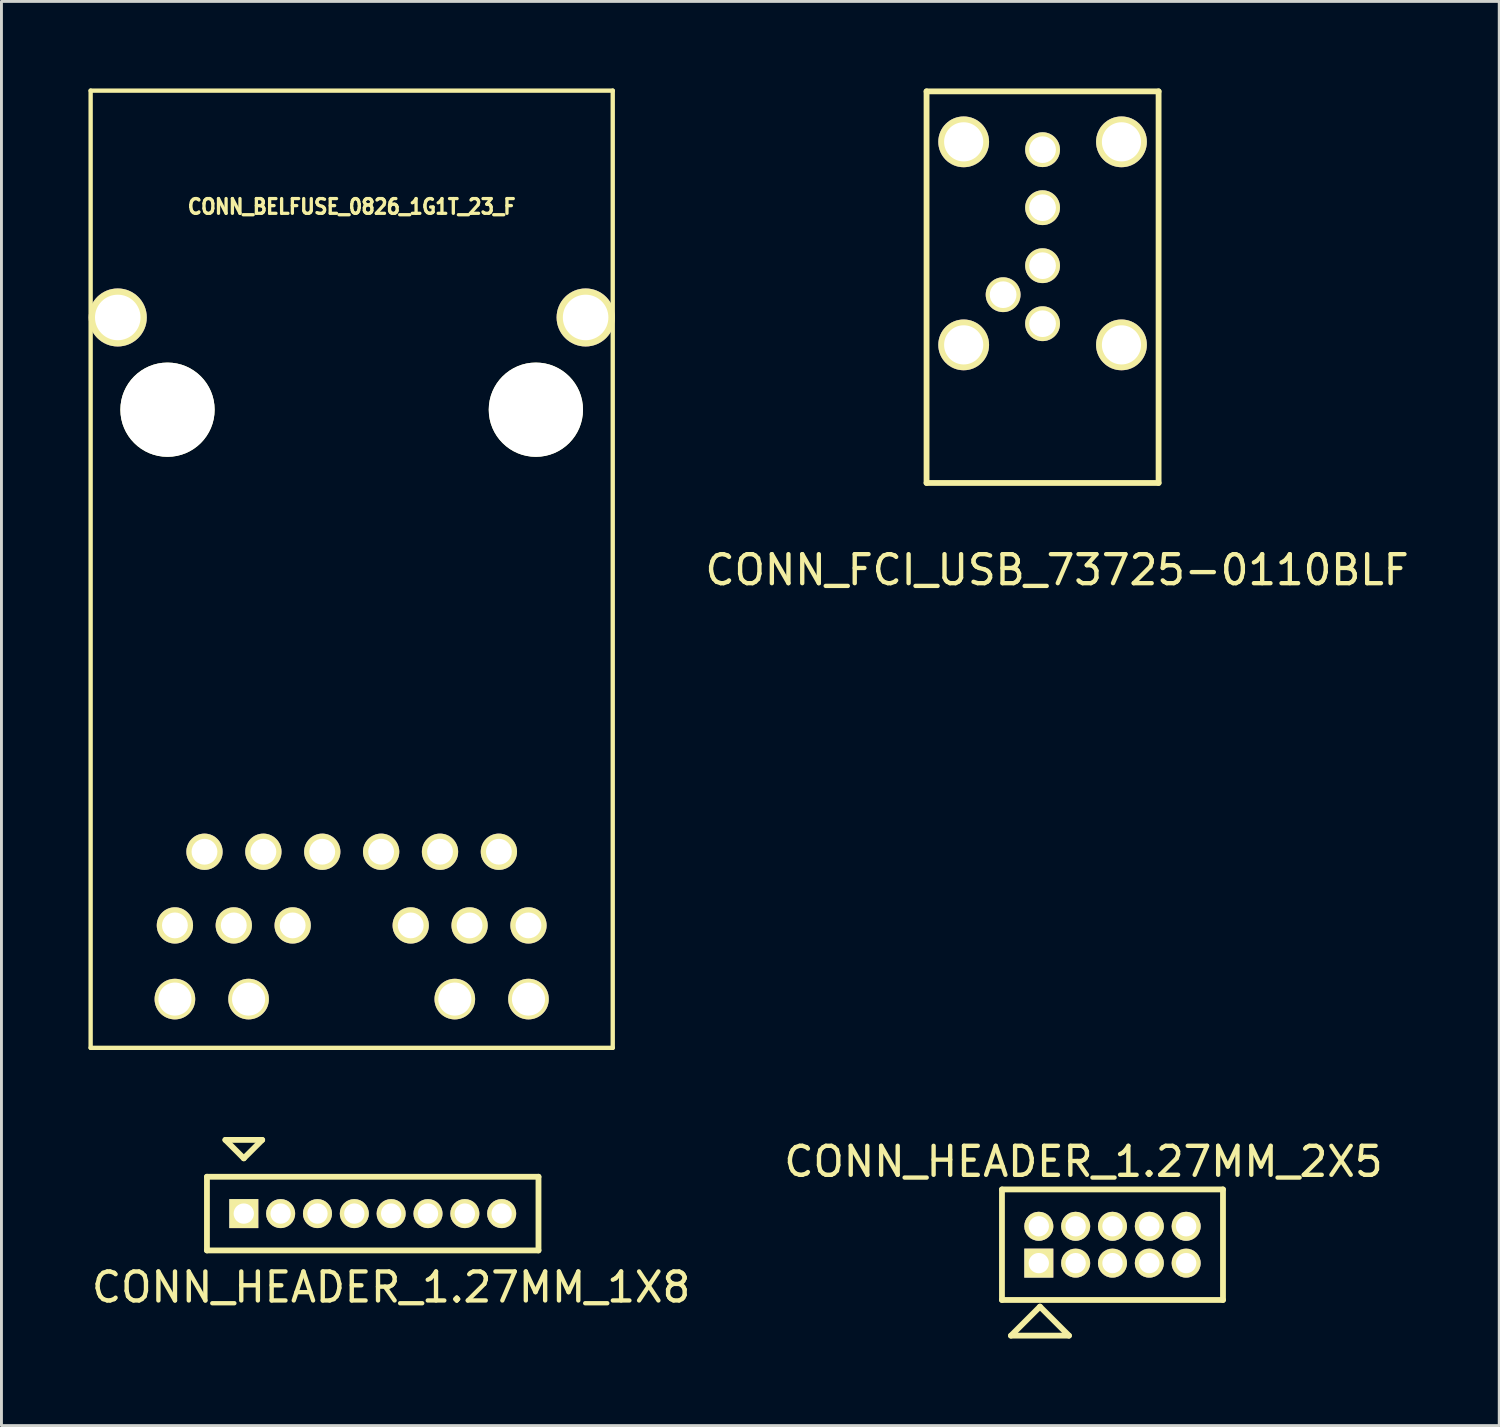
<source format=kicad_pcb>
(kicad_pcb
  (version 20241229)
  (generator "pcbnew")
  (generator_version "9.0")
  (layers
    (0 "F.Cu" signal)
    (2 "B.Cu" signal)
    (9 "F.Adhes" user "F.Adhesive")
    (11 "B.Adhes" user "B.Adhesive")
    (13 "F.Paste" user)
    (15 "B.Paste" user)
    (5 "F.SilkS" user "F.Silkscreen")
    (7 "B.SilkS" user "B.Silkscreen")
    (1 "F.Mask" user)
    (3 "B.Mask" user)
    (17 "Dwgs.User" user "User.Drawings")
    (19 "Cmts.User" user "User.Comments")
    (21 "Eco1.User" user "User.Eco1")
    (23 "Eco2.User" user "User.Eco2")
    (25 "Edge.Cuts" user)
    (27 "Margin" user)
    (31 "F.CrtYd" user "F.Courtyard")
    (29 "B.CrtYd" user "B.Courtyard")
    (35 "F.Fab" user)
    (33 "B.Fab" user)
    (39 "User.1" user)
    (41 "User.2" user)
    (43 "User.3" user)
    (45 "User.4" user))
  (footprint "CONN_HEADER_1.27MM_2X5"
    (layer "F.Cu")
    (at 35.304 39.863)
    (property "Reference" "CONN_HEADER_1.27MM_2X5" (at -1 -2.865 0) (layer "F.SilkS") (effects (font (size 1 1) (thickness 0.15))))
    (attr through_hole)
    (fp_line (start -3.81 -1.905) (end -3.81 1.905) (stroke (width 0.2) (type solid)) (layer "F.SilkS"))
    (fp_line (start -3.81 1.905) (end 3.81 1.905) (stroke (width 0.2) (type solid)) (layer "F.SilkS"))
    (fp_line (start -3.5 3.135) (end -1.5 3.135) (stroke (width 0.2) (type solid)) (layer "F.SilkS"))
    (fp_line (start -2.5 2.135) (end -3.5 3.135) (stroke (width 0.2) (type solid)) (layer "F.SilkS"))
    (fp_line (start -1.5 3.135) (end -2.5 2.135) (stroke (width 0.2) (type solid)) (layer "F.SilkS"))
    (fp_line (start 3.81 -1.905) (end -3.81 -1.905) (stroke (width 0.2) (type solid)) (layer "F.SilkS"))
    (fp_line (start 3.81 1.905) (end 3.81 -1.905) (stroke (width 0.2) (type solid)) (layer "F.SilkS"))
    (pad "1" thru_hole rect (at -2.54 0.635) (size 1 1) (drill 0.7) (layers "*.Cu" "*.Mask" "F.SilkS"))
    (pad "2" thru_hole circle (at -2.54 -0.635) (size 1 1) (drill 0.7) (layers "*.Cu" "*.Mask" "F.SilkS"))
    (pad "3" thru_hole circle (at -1.27 0.635) (size 1 1) (drill 0.7) (layers "*.Cu" "*.Mask" "F.SilkS"))
    (pad "4" thru_hole circle (at -1.27 -0.635) (size 1 1) (drill 0.7) (layers "*.Cu" "*.Mask" "F.SilkS"))
    (pad "5" thru_hole circle (at 0 0.635) (size 1 1) (drill 0.7) (layers "*.Cu" "*.Mask" "F.SilkS"))
    (pad "6" thru_hole circle (at 0 -0.635) (size 1 1) (drill 0.7) (layers "*.Cu" "*.Mask" "F.SilkS"))
    (pad "7" thru_hole circle (at 1.27 0.635) (size 1 1) (drill 0.7) (layers "*.Cu" "*.Mask" "F.SilkS"))
    (pad "8" thru_hole circle (at 1.27 -0.635) (size 1 1) (drill 0.7) (layers "*.Cu" "*.Mask" "F.SilkS"))
    (pad "9" thru_hole circle (at 2.54 0.635) (size 1 1) (drill 0.7) (layers "*.Cu" "*.Mask" "F.SilkS"))
    (pad "10" thru_hole circle (at 2.54 -0.635) (size 1 1) (drill 0.7) (layers "*.Cu" "*.Mask" "F.SilkS")))
  (footprint "CONN_FCI_USB_73725-0110BLF"
    (layer "F.Cu")
    (at 32.894 13.6)
    (property "Reference" "CONN_FCI_USB_73725-0110BLF" (at 0.5 3 0) (layer "F.SilkS") (effects (font (size 1 1) (thickness 0.15))))
    (attr through_hole)
    (fp_line (start -4 -13.5) (end -4 0) (stroke (width 0.2) (type solid)) (layer "F.SilkS"))
    (fp_line (start -4 0) (end 4 0) (stroke (width 0.2) (type solid)) (layer "F.SilkS"))
    (fp_line (start 4 -13.5) (end -4 -13.5) (stroke (width 0.2) (type solid)) (layer "F.SilkS"))
    (fp_line (start 4 0) (end 4 -13.5) (stroke (width 0.2) (type solid)) (layer "F.SilkS"))
    (pad "1" thru_hole circle (at 0 -5.49) (size 1.2 1.2) (drill 0.92) (layers "*.Cu" "*.Mask" "F.SilkS"))
    (pad "2" thru_hole circle (at 0 -7.49) (size 1.2 1.2) (drill 0.92) (layers "*.Cu" "*.Mask" "F.SilkS"))
    (pad "3" thru_hole circle (at 0 -9.49) (size 1.2 1.2) (drill 0.92) (layers "*.Cu" "*.Mask" "F.SilkS"))
    (pad "4" thru_hole circle (at -2.72 -11.76) (size 1.75 1.75) (drill 1.35) (layers "*.Cu" "*.Mask" "F.SilkS"))
    (pad "4" thru_hole circle (at -2.72 -4.76) (size 1.75 1.75) (drill 1.35) (layers "*.Cu" "*.Mask" "F.SilkS"))
    (pad "4" thru_hole circle (at 0 -11.49) (size 1.2 1.2) (drill 0.92) (layers "*.Cu" "*.Mask" "F.SilkS"))
    (pad "4" thru_hole circle (at 2.72 -11.76) (size 1.75 1.75) (drill 1.35) (layers "*.Cu" "*.Mask" "F.SilkS"))
    (pad "4" thru_hole circle (at 2.72 -4.76) (size 1.75 1.75) (drill 1.35) (layers "*.Cu" "*.Mask" "F.SilkS"))
    (pad "5" thru_hole circle (at -1.36 -6.49) (size 1.2 1.2) (drill 0.92) (layers "*.Cu" "*.Mask" "F.SilkS")))
  (footprint "CONN_BELFUSE_0826_1G1T_23_F"
    (layer "F.Cu")
    (at 9.075 11.075)
    (property "Reference" "CONN_BELFUSE_0826_1G1T_23_F" (at 0 -7 0) (layer "F.SilkS") (effects (font (size 0.508 0.457) (thickness 0.114))))
    (attr through_hole)
    (fp_line (start -9 -11) (end -9 22) (stroke (width 0.15) (type solid)) (layer "F.SilkS"))
    (fp_line (start -9 22) (end 9 22) (stroke (width 0.15) (type solid)) (layer "F.SilkS"))
    (fp_line (start 9 -11) (end -9 -11) (stroke (width 0.15) (type solid)) (layer "F.SilkS"))
    (fp_line (start 9 22) (end 9 -11) (stroke (width 0.15) (type solid)) (layer "F.SilkS"))
    (pad "" np_thru_hole circle (at -6.35 0) (size 3.25 3.25) (drill 3.25) (layers "*.Cu" "*.Mask" "F.SilkS"))
    (pad "" np_thru_hole circle (at 6.35 0) (size 3.25 3.25) (drill 3.25) (layers "*.Cu" "*.Mask" "F.SilkS"))
    (pad "1" thru_hole circle (at -5.075 15.24) (size 1.25 1.25) (drill 0.89) (layers "*.Cu" "*.Mask" "F.SilkS"))
    (pad "2" thru_hole circle (at -3.045 15.24) (size 1.25 1.25) (drill 0.89) (layers "*.Cu" "*.Mask" "F.SilkS"))
    (pad "3" thru_hole circle (at -1.015 15.24) (size 1.25 1.25) (drill 0.89) (layers "*.Cu" "*.Mask" "F.SilkS"))
    (pad "4" thru_hole circle (at 1.015 15.24) (size 1.25 1.25) (drill 0.89) (layers "*.Cu" "*.Mask" "F.SilkS"))
    (pad "5" thru_hole circle (at 3.045 15.24) (size 1.25 1.25) (drill 0.89) (layers "*.Cu" "*.Mask" "F.SilkS"))
    (pad "6" thru_hole circle (at 5.075 15.24) (size 1.25 1.25) (drill 0.89) (layers "*.Cu" "*.Mask" "F.SilkS"))
    (pad "7" thru_hole circle (at -6.095 17.78) (size 1.25 1.25) (drill 0.89) (layers "*.Cu" "*.Mask" "F.SilkS"))
    (pad "8" thru_hole circle (at -4.065 17.78) (size 1.25 1.25) (drill 0.89) (layers "*.Cu" "*.Mask" "F.SilkS"))
    (pad "9" thru_hole circle (at -2.035 17.78) (size 1.25 1.25) (drill 0.89) (layers "*.Cu" "*.Mask" "F.SilkS"))
    (pad "10" thru_hole circle (at 2.035 17.78) (size 1.25 1.25) (drill 0.89) (layers "*.Cu" "*.Mask" "F.SilkS"))
    (pad "11" thru_hole circle (at 4.065 17.78) (size 1.25 1.25) (drill 0.89) (layers "*.Cu" "*.Mask" "F.SilkS"))
    (pad "12" thru_hole circle (at 6.095 17.78) (size 1.25 1.25) (drill 0.89) (layers "*.Cu" "*.Mask" "F.SilkS"))
    (pad "13" thru_hole circle (at -6.095 20.32) (size 1.4 1.4) (drill 1.14) (layers "*.Cu" "*.Mask" "F.SilkS"))
    (pad "14" thru_hole circle (at -3.555 20.32) (size 1.4 1.4) (drill 1.14) (layers "*.Cu" "*.Mask" "F.SilkS"))
    (pad "15" thru_hole circle (at 3.555 20.32) (size 1.4 1.4) (drill 1.14) (layers "*.Cu" "*.Mask" "F.SilkS"))
    (pad "16" thru_hole circle (at 6.095 20.32) (size 1.4 1.4) (drill 1.14) (layers "*.Cu" "*.Mask" "F.SilkS"))
    (pad "17" thru_hole circle (at -8.065 -3.18) (size 2 2) (drill 1.57) (layers "*.Cu" "*.Mask" "F.SilkS"))
    (pad "17" thru_hole circle (at 8.065 -3.18) (size 2 2) (drill 1.57) (layers "*.Cu" "*.Mask" "F.SilkS")))
  (footprint "CONN_HEADER_1.27MM_1X8"
    (layer "F.Cu")
    (at 9.8 38.79)
    (property "Reference" "CONN_HEADER_1.27MM_1X8" (at 0.635 2.54 0) (layer "F.SilkS") (effects (font (size 1 1) (thickness 0.15))))
    (attr through_hole)
    (fp_line (start -5.715 -1.27) (end -5.715 1.27) (stroke (width 0.2) (type solid)) (layer "F.SilkS"))
    (fp_line (start -5.715 1.27) (end 5.715 1.27) (stroke (width 0.2) (type solid)) (layer "F.SilkS"))
    (fp_line (start -5.08 -2.54) (end -4.445 -1.905) (stroke (width 0.2) (type solid)) (layer "F.SilkS"))
    (fp_line (start -4.445 -1.905) (end -3.81 -2.54) (stroke (width 0.2) (type solid)) (layer "F.SilkS"))
    (fp_line (start -3.81 -2.54) (end -5.08 -2.54) (stroke (width 0.2) (type solid)) (layer "F.SilkS"))
    (fp_line (start 5.715 -1.27) (end -5.715 -1.27) (stroke (width 0.2) (type solid)) (layer "F.SilkS"))
    (fp_line (start 5.715 1.27) (end 5.715 -1.27) (stroke (width 0.2) (type solid)) (layer "F.SilkS"))
    (pad "1" thru_hole rect (at -4.445 0) (size 1 1) (drill 0.7) (layers "*.Cu" "*.Mask" "F.SilkS"))
    (pad "2" thru_hole circle (at -3.175 0) (size 1 1) (drill 0.7) (layers "*.Cu" "*.Mask" "F.SilkS"))
    (pad "3" thru_hole circle (at -1.905 0) (size 1 1) (drill 0.7) (layers "*.Cu" "*.Mask" "F.SilkS"))
    (pad "4" thru_hole circle (at -0.635 0) (size 1 1) (drill 0.7) (layers "*.Cu" "*.Mask" "F.SilkS"))
    (pad "5" thru_hole circle (at 0.635 0) (size 1 1) (drill 0.7) (layers "*.Cu" "*.Mask" "F.SilkS"))
    (pad "6" thru_hole circle (at 1.905 0) (size 1 1) (drill 0.7) (layers "*.Cu" "*.Mask" "F.SilkS"))
    (pad "7" thru_hole circle (at 3.175 0) (size 1 1) (drill 0.7) (layers "*.Cu" "*.Mask" "F.SilkS"))
    (pad "8" thru_hole circle (at 4.445 0) (size 1 1) (drill 0.7) (layers "*.Cu" "*.Mask" "F.SilkS")))
  (gr_rect
    (start -3 -3)
    (end 48.638 46.098)
    (stroke (width 0.1) (type default))
    (fill no)
    (layer "Edge.Cuts")))
</source>
